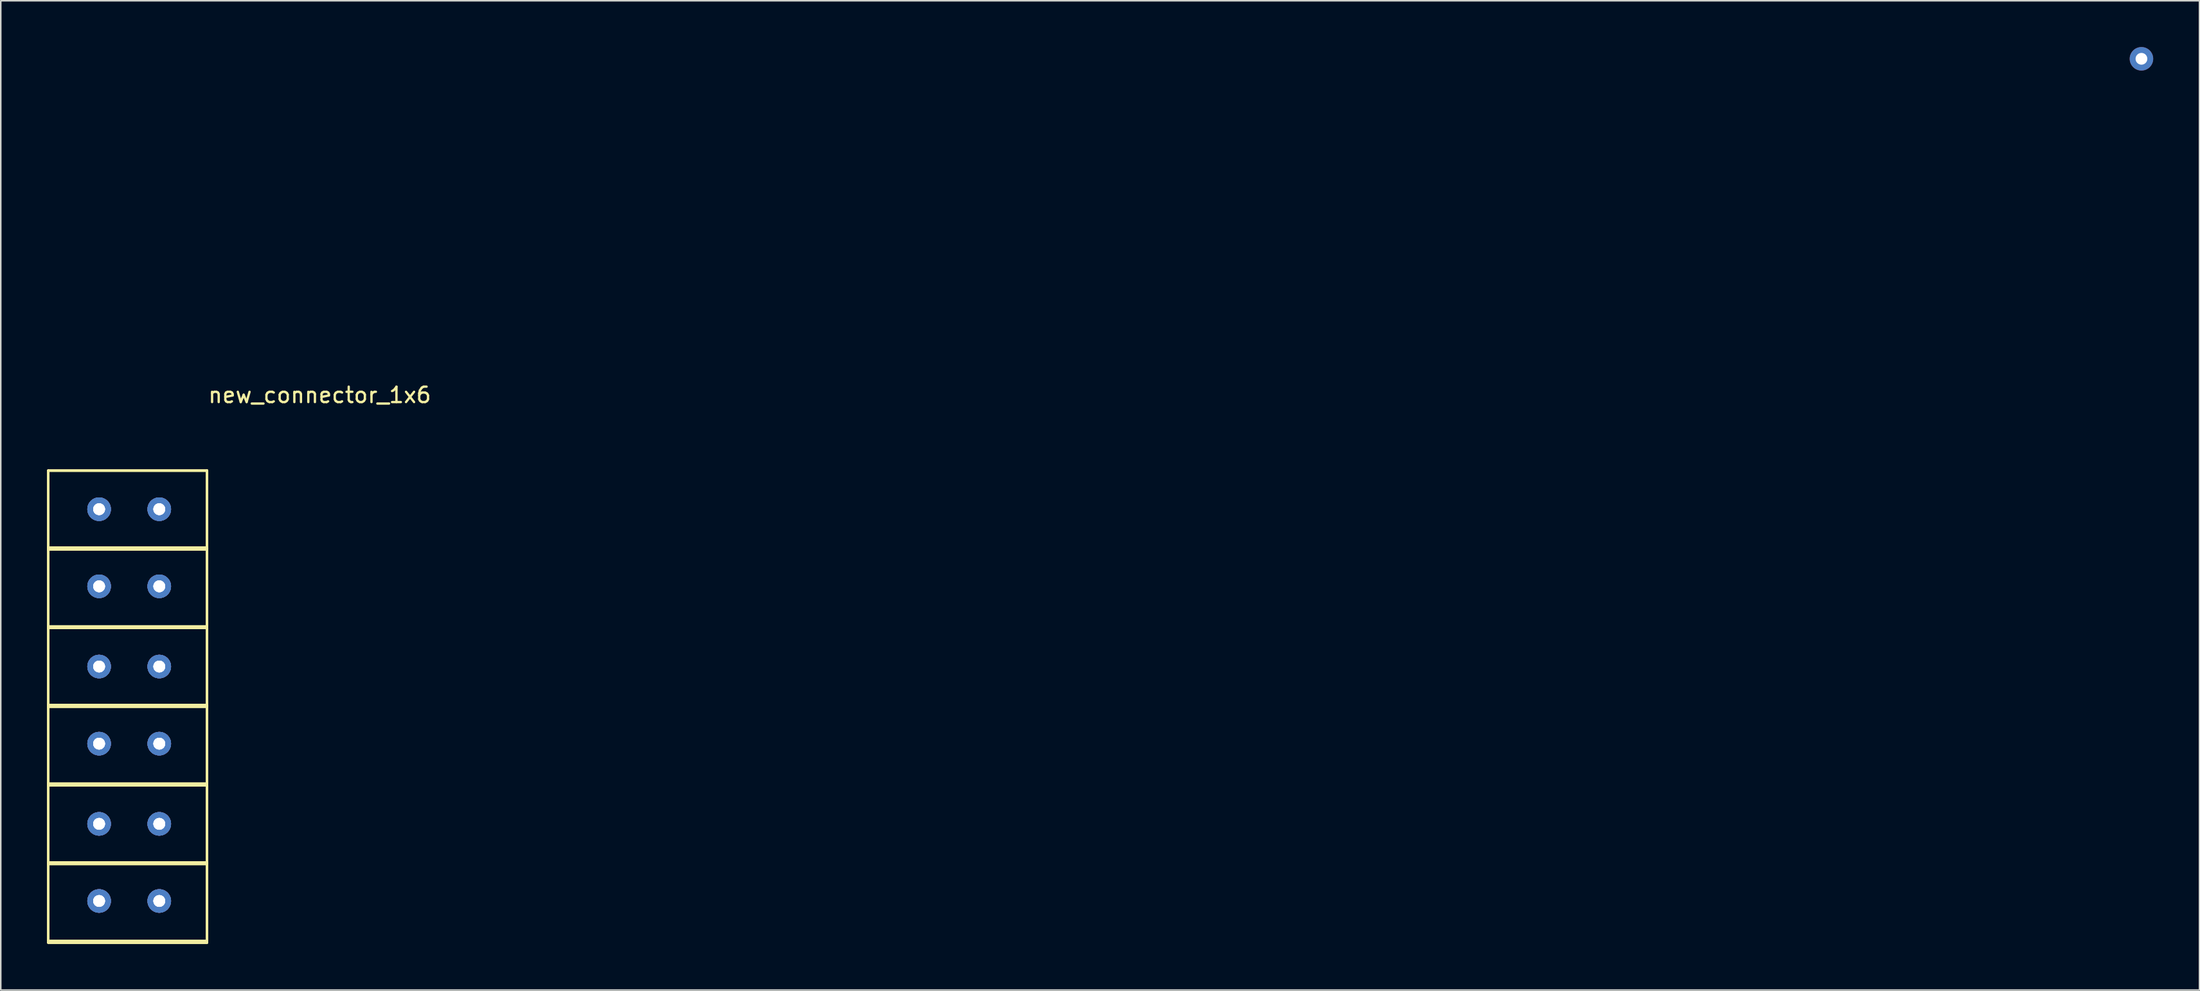
<source format=kicad_pcb>
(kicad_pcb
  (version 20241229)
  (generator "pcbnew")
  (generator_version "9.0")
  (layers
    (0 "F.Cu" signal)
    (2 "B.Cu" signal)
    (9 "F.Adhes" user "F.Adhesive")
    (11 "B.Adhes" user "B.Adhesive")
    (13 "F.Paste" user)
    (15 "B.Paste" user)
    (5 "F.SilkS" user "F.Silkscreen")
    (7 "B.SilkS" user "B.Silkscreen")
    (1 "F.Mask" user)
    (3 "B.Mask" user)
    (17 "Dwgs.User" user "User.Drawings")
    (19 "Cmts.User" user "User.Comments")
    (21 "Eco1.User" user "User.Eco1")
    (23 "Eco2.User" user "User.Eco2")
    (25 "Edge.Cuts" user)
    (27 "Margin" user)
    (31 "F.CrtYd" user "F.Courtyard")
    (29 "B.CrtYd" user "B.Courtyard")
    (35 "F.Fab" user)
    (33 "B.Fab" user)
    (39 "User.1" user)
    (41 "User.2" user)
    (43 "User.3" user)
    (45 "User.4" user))
  (footprint "new_connector_1x6"
    (layer "F.Cu")
    (at 17.675 22.062)
    (property "Reference" "new_connector_1x6" (at 0 0.5 0) (layer "F.SilkS") (effects (font (size 1 1) (thickness 0.15))))
    (attr through_hole)
    (fp_line (start -17.6 5.4) (end -17.6 10.5) (stroke (width 0.15) (type solid)) (layer "F.SilkS"))
    (fp_line (start -17.6 5.4) (end -17.6 10.5) (stroke (width 0.15) (type solid)) (layer "F.SilkS"))
    (fp_line (start -17.6 5.4) (end -17.6 10.5) (stroke (width 0.15) (type solid)) (layer "F.SilkS"))
    (fp_line (start -17.6 5.4) (end -17.6 10.5) (stroke (width 0.15) (type solid)) (layer "F.SilkS"))
    (fp_line (start -17.6 5.4) (end -7.3 5.4) (stroke (width 0.15) (type solid)) (layer "F.SilkS"))
    (fp_line (start -17.6 5.4) (end -7.3 5.4) (stroke (width 0.15) (type solid)) (layer "F.SilkS"))
    (fp_line (start -17.6 5.4) (end -7.3 5.4) (stroke (width 0.15) (type solid)) (layer "F.SilkS"))
    (fp_line (start -17.6 5.4) (end -7.3 5.4) (stroke (width 0.15) (type solid)) (layer "F.SilkS"))
    (fp_line (start -17.6 10.4) (end -17.6 15.5) (stroke (width 0.15) (type solid)) (layer "F.SilkS"))
    (fp_line (start -17.6 10.4) (end -17.6 15.5) (stroke (width 0.15) (type solid)) (layer "F.SilkS"))
    (fp_line (start -17.6 10.4) (end -17.6 15.5) (stroke (width 0.15) (type solid)) (layer "F.SilkS"))
    (fp_line (start -17.6 10.4) (end -17.6 15.5) (stroke (width 0.15) (type solid)) (layer "F.SilkS"))
    (fp_line (start -17.6 10.4) (end -7.3 10.4) (stroke (width 0.15) (type solid)) (layer "F.SilkS"))
    (fp_line (start -17.6 10.4) (end -7.3 10.4) (stroke (width 0.15) (type solid)) (layer "F.SilkS"))
    (fp_line (start -17.6 10.4) (end -7.3 10.4) (stroke (width 0.15) (type solid)) (layer "F.SilkS"))
    (fp_line (start -17.6 10.4) (end -7.3 10.4) (stroke (width 0.15) (type solid)) (layer "F.SilkS"))
    (fp_line (start -17.6 10.5) (end -7.3 10.5) (stroke (width 0.15) (type solid)) (layer "F.SilkS"))
    (fp_line (start -17.6 10.5) (end -7.3 10.5) (stroke (width 0.15) (type solid)) (layer "F.SilkS"))
    (fp_line (start -17.6 10.5) (end -7.3 10.5) (stroke (width 0.15) (type solid)) (layer "F.SilkS"))
    (fp_line (start -17.6 10.5) (end -7.3 10.5) (stroke (width 0.15) (type solid)) (layer "F.SilkS"))
    (fp_line (start -17.6 15.5) (end -7.3 15.5) (stroke (width 0.15) (type solid)) (layer "F.SilkS"))
    (fp_line (start -17.6 15.5) (end -7.3 15.5) (stroke (width 0.15) (type solid)) (layer "F.SilkS"))
    (fp_line (start -17.6 15.5) (end -7.3 15.5) (stroke (width 0.15) (type solid)) (layer "F.SilkS"))
    (fp_line (start -17.6 15.5) (end -7.3 15.5) (stroke (width 0.15) (type solid)) (layer "F.SilkS"))
    (fp_line (start -17.6 15.6) (end -17.6 20.7) (stroke (width 0.15) (type solid)) (layer "F.SilkS"))
    (fp_line (start -17.6 15.6) (end -17.6 20.7) (stroke (width 0.15) (type solid)) (layer "F.SilkS"))
    (fp_line (start -17.6 15.6) (end -17.6 20.7) (stroke (width 0.15) (type solid)) (layer "F.SilkS"))
    (fp_line (start -17.6 15.6) (end -17.6 20.7) (stroke (width 0.15) (type solid)) (layer "F.SilkS"))
    (fp_line (start -17.6 15.6) (end -7.3 15.6) (stroke (width 0.15) (type solid)) (layer "F.SilkS"))
    (fp_line (start -17.6 15.6) (end -7.3 15.6) (stroke (width 0.15) (type solid)) (layer "F.SilkS"))
    (fp_line (start -17.6 15.6) (end -7.3 15.6) (stroke (width 0.15) (type solid)) (layer "F.SilkS"))
    (fp_line (start -17.6 15.6) (end -7.3 15.6) (stroke (width 0.15) (type solid)) (layer "F.SilkS"))
    (fp_line (start -17.6 20.6) (end -17.6 25.7) (stroke (width 0.15) (type solid)) (layer "F.SilkS"))
    (fp_line (start -17.6 20.6) (end -17.6 25.7) (stroke (width 0.15) (type solid)) (layer "F.SilkS"))
    (fp_line (start -17.6 20.6) (end -17.6 25.7) (stroke (width 0.15) (type solid)) (layer "F.SilkS"))
    (fp_line (start -17.6 20.6) (end -17.6 25.7) (stroke (width 0.15) (type solid)) (layer "F.SilkS"))
    (fp_line (start -17.6 20.6) (end -7.3 20.6) (stroke (width 0.15) (type solid)) (layer "F.SilkS"))
    (fp_line (start -17.6 20.6) (end -7.3 20.6) (stroke (width 0.15) (type solid)) (layer "F.SilkS"))
    (fp_line (start -17.6 20.6) (end -7.3 20.6) (stroke (width 0.15) (type solid)) (layer "F.SilkS"))
    (fp_line (start -17.6 20.6) (end -7.3 20.6) (stroke (width 0.15) (type solid)) (layer "F.SilkS"))
    (fp_line (start -17.6 20.7) (end -7.3 20.7) (stroke (width 0.15) (type solid)) (layer "F.SilkS"))
    (fp_line (start -17.6 20.7) (end -7.3 20.7) (stroke (width 0.15) (type solid)) (layer "F.SilkS"))
    (fp_line (start -17.6 20.7) (end -7.3 20.7) (stroke (width 0.15) (type solid)) (layer "F.SilkS"))
    (fp_line (start -17.6 20.7) (end -7.3 20.7) (stroke (width 0.15) (type solid)) (layer "F.SilkS"))
    (fp_line (start -17.6 25.7) (end -7.3 25.7) (stroke (width 0.15) (type solid)) (layer "F.SilkS"))
    (fp_line (start -17.6 25.7) (end -7.3 25.7) (stroke (width 0.15) (type solid)) (layer "F.SilkS"))
    (fp_line (start -17.6 25.7) (end -7.3 25.7) (stroke (width 0.15) (type solid)) (layer "F.SilkS"))
    (fp_line (start -17.6 25.7) (end -7.3 25.7) (stroke (width 0.15) (type solid)) (layer "F.SilkS"))
    (fp_line (start -17.6 25.8) (end -17.6 30.9) (stroke (width 0.15) (type solid)) (layer "F.SilkS"))
    (fp_line (start -17.6 25.8) (end -17.6 30.9) (stroke (width 0.15) (type solid)) (layer "F.SilkS"))
    (fp_line (start -17.6 25.8) (end -17.6 30.9) (stroke (width 0.15) (type solid)) (layer "F.SilkS"))
    (fp_line (start -17.6 25.8) (end -17.6 30.9) (stroke (width 0.15) (type solid)) (layer "F.SilkS"))
    (fp_line (start -17.6 25.8) (end -7.3 25.8) (stroke (width 0.15) (type solid)) (layer "F.SilkS"))
    (fp_line (start -17.6 25.8) (end -7.3 25.8) (stroke (width 0.15) (type solid)) (layer "F.SilkS"))
    (fp_line (start -17.6 25.8) (end -7.3 25.8) (stroke (width 0.15) (type solid)) (layer "F.SilkS"))
    (fp_line (start -17.6 25.8) (end -7.3 25.8) (stroke (width 0.15) (type solid)) (layer "F.SilkS"))
    (fp_line (start -17.6 30.8) (end -17.6 35.9) (stroke (width 0.15) (type solid)) (layer "F.SilkS"))
    (fp_line (start -17.6 30.8) (end -17.6 35.9) (stroke (width 0.15) (type solid)) (layer "F.SilkS"))
    (fp_line (start -17.6 30.8) (end -17.6 35.9) (stroke (width 0.15) (type solid)) (layer "F.SilkS"))
    (fp_line (start -17.6 30.8) (end -17.6 35.9) (stroke (width 0.15) (type solid)) (layer "F.SilkS"))
    (fp_line (start -17.6 30.8) (end -7.3 30.8) (stroke (width 0.15) (type solid)) (layer "F.SilkS"))
    (fp_line (start -17.6 30.8) (end -7.3 30.8) (stroke (width 0.15) (type solid)) (layer "F.SilkS"))
    (fp_line (start -17.6 30.8) (end -7.3 30.8) (stroke (width 0.15) (type solid)) (layer "F.SilkS"))
    (fp_line (start -17.6 30.8) (end -7.3 30.8) (stroke (width 0.15) (type solid)) (layer "F.SilkS"))
    (fp_line (start -17.6 30.9) (end -7.3 30.9) (stroke (width 0.15) (type solid)) (layer "F.SilkS"))
    (fp_line (start -17.6 30.9) (end -7.3 30.9) (stroke (width 0.15) (type solid)) (layer "F.SilkS"))
    (fp_line (start -17.6 30.9) (end -7.3 30.9) (stroke (width 0.15) (type solid)) (layer "F.SilkS"))
    (fp_line (start -17.6 30.9) (end -7.3 30.9) (stroke (width 0.15) (type solid)) (layer "F.SilkS"))
    (fp_line (start -17.6 35.9) (end -7.3 35.9) (stroke (width 0.15) (type solid)) (layer "F.SilkS"))
    (fp_line (start -17.6 35.9) (end -7.3 35.9) (stroke (width 0.15) (type solid)) (layer "F.SilkS"))
    (fp_line (start -17.6 35.9) (end -7.3 35.9) (stroke (width 0.15) (type solid)) (layer "F.SilkS"))
    (fp_line (start -17.6 35.9) (end -7.3 35.9) (stroke (width 0.15) (type solid)) (layer "F.SilkS"))
    (fp_line (start -17.6 36) (end -7.3 36) (stroke (width 0.15) (type solid)) (layer "F.SilkS"))
    (fp_line (start -17.6 36) (end -7.3 36) (stroke (width 0.15) (type solid)) (layer "F.SilkS"))
    (fp_line (start -17.6 36) (end -7.3 36) (stroke (width 0.15) (type solid)) (layer "F.SilkS"))
    (fp_line (start -17.6 36) (end -7.3 36) (stroke (width 0.15) (type solid)) (layer "F.SilkS"))
    (fp_line (start -7.3 10.5) (end -7.3 5.4) (stroke (width 0.15) (type solid)) (layer "F.SilkS"))
    (fp_line (start -7.3 10.5) (end -7.3 5.4) (stroke (width 0.15) (type solid)) (layer "F.SilkS"))
    (fp_line (start -7.3 10.5) (end -7.3 5.4) (stroke (width 0.15) (type solid)) (layer "F.SilkS"))
    (fp_line (start -7.3 10.5) (end -7.3 5.4) (stroke (width 0.15) (type solid)) (layer "F.SilkS"))
    (fp_line (start -7.3 15.5) (end -7.3 10.4) (stroke (width 0.15) (type solid)) (layer "F.SilkS"))
    (fp_line (start -7.3 15.5) (end -7.3 10.4) (stroke (width 0.15) (type solid)) (layer "F.SilkS"))
    (fp_line (start -7.3 15.5) (end -7.3 10.4) (stroke (width 0.15) (type solid)) (layer "F.SilkS"))
    (fp_line (start -7.3 15.5) (end -7.3 10.4) (stroke (width 0.15) (type solid)) (layer "F.SilkS"))
    (fp_line (start -7.3 20.7) (end -7.3 15.6) (stroke (width 0.15) (type solid)) (layer "F.SilkS"))
    (fp_line (start -7.3 20.7) (end -7.3 15.6) (stroke (width 0.15) (type solid)) (layer "F.SilkS"))
    (fp_line (start -7.3 20.7) (end -7.3 15.6) (stroke (width 0.15) (type solid)) (layer "F.SilkS"))
    (fp_line (start -7.3 20.7) (end -7.3 15.6) (stroke (width 0.15) (type solid)) (layer "F.SilkS"))
    (fp_line (start -7.3 25.7) (end -7.3 20.6) (stroke (width 0.15) (type solid)) (layer "F.SilkS"))
    (fp_line (start -7.3 25.7) (end -7.3 20.6) (stroke (width 0.15) (type solid)) (layer "F.SilkS"))
    (fp_line (start -7.3 25.7) (end -7.3 20.6) (stroke (width 0.15) (type solid)) (layer "F.SilkS"))
    (fp_line (start -7.3 25.7) (end -7.3 20.6) (stroke (width 0.15) (type solid)) (layer "F.SilkS"))
    (fp_line (start -7.3 30.9) (end -7.3 25.8) (stroke (width 0.15) (type solid)) (layer "F.SilkS"))
    (fp_line (start -7.3 30.9) (end -7.3 25.8) (stroke (width 0.15) (type solid)) (layer "F.SilkS"))
    (fp_line (start -7.3 30.9) (end -7.3 25.8) (stroke (width 0.15) (type solid)) (layer "F.SilkS"))
    (fp_line (start -7.3 30.9) (end -7.3 25.8) (stroke (width 0.15) (type solid)) (layer "F.SilkS"))
    (fp_line (start -7.3 35.9) (end -7.3 30.8) (stroke (width 0.15) (type solid)) (layer "F.SilkS"))
    (fp_line (start -7.3 35.9) (end -7.3 30.8) (stroke (width 0.15) (type solid)) (layer "F.SilkS"))
    (fp_line (start -7.3 35.9) (end -7.3 30.8) (stroke (width 0.15) (type solid)) (layer "F.SilkS"))
    (fp_line (start -7.3 35.9) (end -7.3 30.8) (stroke (width 0.15) (type solid)) (layer "F.SilkS"))
    (fp_line (start -16.9 5.4) (end -16.9 10.5) (stroke (width 0.15) (type solid)) (layer "B.Paste"))
    (fp_line (start -16.9 5.4) (end -16.9 10.5) (stroke (width 0.15) (type solid)) (layer "B.Paste"))
    (fp_line (start -16.9 5.4) (end -16.9 10.5) (stroke (width 0.15) (type solid)) (layer "B.Paste"))
    (fp_line (start -16.9 5.4) (end -16.9 10.5) (stroke (width 0.15) (type solid)) (layer "B.Paste"))
    (fp_line (start -16.9 5.4) (end -7.9 5.4) (stroke (width 0.15) (type solid)) (layer "B.Paste"))
    (fp_line (start -16.9 5.4) (end -7.9 5.4) (stroke (width 0.15) (type solid)) (layer "B.Paste"))
    (fp_line (start -16.9 5.4) (end -7.9 5.4) (stroke (width 0.15) (type solid)) (layer "B.Paste"))
    (fp_line (start -16.9 5.4) (end -7.9 5.4) (stroke (width 0.15) (type solid)) (layer "B.Paste"))
    (fp_line (start -16.9 10.4) (end -16.9 15.5) (stroke (width 0.15) (type solid)) (layer "B.Paste"))
    (fp_line (start -16.9 10.4) (end -16.9 15.5) (stroke (width 0.15) (type solid)) (layer "B.Paste"))
    (fp_line (start -16.9 10.4) (end -16.9 15.5) (stroke (width 0.15) (type solid)) (layer "B.Paste"))
    (fp_line (start -16.9 10.4) (end -16.9 15.5) (stroke (width 0.15) (type solid)) (layer "B.Paste"))
    (fp_line (start -16.9 10.4) (end -7.9 10.4) (stroke (width 0.15) (type solid)) (layer "B.Paste"))
    (fp_line (start -16.9 10.4) (end -7.9 10.4) (stroke (width 0.15) (type solid)) (layer "B.Paste"))
    (fp_line (start -16.9 10.4) (end -7.9 10.4) (stroke (width 0.15) (type solid)) (layer "B.Paste"))
    (fp_line (start -16.9 10.4) (end -7.9 10.4) (stroke (width 0.15) (type solid)) (layer "B.Paste"))
    (fp_line (start -16.9 10.5) (end -7.8 10.5) (stroke (width 0.15) (type solid)) (layer "B.Paste"))
    (fp_line (start -16.9 10.5) (end -7.8 10.5) (stroke (width 0.15) (type solid)) (layer "B.Paste"))
    (fp_line (start -16.9 10.5) (end -7.8 10.5) (stroke (width 0.15) (type solid)) (layer "B.Paste"))
    (fp_line (start -16.9 10.5) (end -7.8 10.5) (stroke (width 0.15) (type solid)) (layer "B.Paste"))
    (fp_line (start -16.9 15.5) (end -7.8 15.5) (stroke (width 0.15) (type solid)) (layer "B.Paste"))
    (fp_line (start -16.9 15.5) (end -7.8 15.5) (stroke (width 0.15) (type solid)) (layer "B.Paste"))
    (fp_line (start -16.9 15.5) (end -7.8 15.5) (stroke (width 0.15) (type solid)) (layer "B.Paste"))
    (fp_line (start -16.9 15.5) (end -7.8 15.5) (stroke (width 0.15) (type solid)) (layer "B.Paste"))
    (fp_line (start -16.9 15.6) (end -16.9 20.7) (stroke (width 0.15) (type solid)) (layer "B.Paste"))
    (fp_line (start -16.9 15.6) (end -16.9 20.7) (stroke (width 0.15) (type solid)) (layer "B.Paste"))
    (fp_line (start -16.9 15.6) (end -16.9 20.7) (stroke (width 0.15) (type solid)) (layer "B.Paste"))
    (fp_line (start -16.9 15.6) (end -16.9 20.7) (stroke (width 0.15) (type solid)) (layer "B.Paste"))
    (fp_line (start -16.9 15.6) (end -7.9 15.6) (stroke (width 0.15) (type solid)) (layer "B.Paste"))
    (fp_line (start -16.9 15.6) (end -7.9 15.6) (stroke (width 0.15) (type solid)) (layer "B.Paste"))
    (fp_line (start -16.9 15.6) (end -7.9 15.6) (stroke (width 0.15) (type solid)) (layer "B.Paste"))
    (fp_line (start -16.9 15.6) (end -7.9 15.6) (stroke (width 0.15) (type solid)) (layer "B.Paste"))
    (fp_line (start -16.9 20.6) (end -16.9 25.7) (stroke (width 0.15) (type solid)) (layer "B.Paste"))
    (fp_line (start -16.9 20.6) (end -16.9 25.7) (stroke (width 0.15) (type solid)) (layer "B.Paste"))
    (fp_line (start -16.9 20.6) (end -16.9 25.7) (stroke (width 0.15) (type solid)) (layer "B.Paste"))
    (fp_line (start -16.9 20.6) (end -16.9 25.7) (stroke (width 0.15) (type solid)) (layer "B.Paste"))
    (fp_line (start -16.9 20.6) (end -7.9 20.6) (stroke (width 0.15) (type solid)) (layer "B.Paste"))
    (fp_line (start -16.9 20.6) (end -7.9 20.6) (stroke (width 0.15) (type solid)) (layer "B.Paste"))
    (fp_line (start -16.9 20.6) (end -7.9 20.6) (stroke (width 0.15) (type solid)) (layer "B.Paste"))
    (fp_line (start -16.9 20.6) (end -7.9 20.6) (stroke (width 0.15) (type solid)) (layer "B.Paste"))
    (fp_line (start -16.9 20.7) (end -7.8 20.7) (stroke (width 0.15) (type solid)) (layer "B.Paste"))
    (fp_line (start -16.9 20.7) (end -7.8 20.7) (stroke (width 0.15) (type solid)) (layer "B.Paste"))
    (fp_line (start -16.9 20.7) (end -7.8 20.7) (stroke (width 0.15) (type solid)) (layer "B.Paste"))
    (fp_line (start -16.9 20.7) (end -7.8 20.7) (stroke (width 0.15) (type solid)) (layer "B.Paste"))
    (fp_line (start -16.9 25.7) (end -7.8 25.7) (stroke (width 0.15) (type solid)) (layer "B.Paste"))
    (fp_line (start -16.9 25.7) (end -7.8 25.7) (stroke (width 0.15) (type solid)) (layer "B.Paste"))
    (fp_line (start -16.9 25.7) (end -7.8 25.7) (stroke (width 0.15) (type solid)) (layer "B.Paste"))
    (fp_line (start -16.9 25.7) (end -7.8 25.7) (stroke (width 0.15) (type solid)) (layer "B.Paste"))
    (fp_line (start -16.9 25.8) (end -16.9 30.9) (stroke (width 0.15) (type solid)) (layer "B.Paste"))
    (fp_line (start -16.9 25.8) (end -16.9 30.9) (stroke (width 0.15) (type solid)) (layer "B.Paste"))
    (fp_line (start -16.9 25.8) (end -16.9 30.9) (stroke (width 0.15) (type solid)) (layer "B.Paste"))
    (fp_line (start -16.9 25.8) (end -16.9 30.9) (stroke (width 0.15) (type solid)) (layer "B.Paste"))
    (fp_line (start -16.9 25.8) (end -7.9 25.8) (stroke (width 0.15) (type solid)) (layer "B.Paste"))
    (fp_line (start -16.9 25.8) (end -7.9 25.8) (stroke (width 0.15) (type solid)) (layer "B.Paste"))
    (fp_line (start -16.9 25.8) (end -7.9 25.8) (stroke (width 0.15) (type solid)) (layer "B.Paste"))
    (fp_line (start -16.9 25.8) (end -7.9 25.8) (stroke (width 0.15) (type solid)) (layer "B.Paste"))
    (fp_line (start -16.9 30.8) (end -16.9 35.9) (stroke (width 0.15) (type solid)) (layer "B.Paste"))
    (fp_line (start -16.9 30.8) (end -16.9 35.9) (stroke (width 0.15) (type solid)) (layer "B.Paste"))
    (fp_line (start -16.9 30.8) (end -16.9 35.9) (stroke (width 0.15) (type solid)) (layer "B.Paste"))
    (fp_line (start -16.9 30.8) (end -16.9 35.9) (stroke (width 0.15) (type solid)) (layer "B.Paste"))
    (fp_line (start -16.9 30.8) (end -7.9 30.8) (stroke (width 0.15) (type solid)) (layer "B.Paste"))
    (fp_line (start -16.9 30.8) (end -7.9 30.8) (stroke (width 0.15) (type solid)) (layer "B.Paste"))
    (fp_line (start -16.9 30.8) (end -7.9 30.8) (stroke (width 0.15) (type solid)) (layer "B.Paste"))
    (fp_line (start -16.9 30.8) (end -7.9 30.8) (stroke (width 0.15) (type solid)) (layer "B.Paste"))
    (fp_line (start -16.9 30.9) (end -7.8 30.9) (stroke (width 0.15) (type solid)) (layer "B.Paste"))
    (fp_line (start -16.9 30.9) (end -7.8 30.9) (stroke (width 0.15) (type solid)) (layer "B.Paste"))
    (fp_line (start -16.9 30.9) (end -7.8 30.9) (stroke (width 0.15) (type solid)) (layer "B.Paste"))
    (fp_line (start -16.9 30.9) (end -7.8 30.9) (stroke (width 0.15) (type solid)) (layer "B.Paste"))
    (fp_line (start -16.9 35.9) (end -7.8 35.9) (stroke (width 0.15) (type solid)) (layer "B.Paste"))
    (fp_line (start -16.9 35.9) (end -7.8 35.9) (stroke (width 0.15) (type solid)) (layer "B.Paste"))
    (fp_line (start -16.9 35.9) (end -7.8 35.9) (stroke (width 0.15) (type solid)) (layer "B.Paste"))
    (fp_line (start -16.9 35.9) (end -7.8 35.9) (stroke (width 0.15) (type solid)) (layer "B.Paste"))
    (fp_line (start -16.9 36) (end -7.9 36) (stroke (width 0.15) (type solid)) (layer "B.Paste"))
    (fp_line (start -16.9 36) (end -7.9 36) (stroke (width 0.15) (type solid)) (layer "B.Paste"))
    (fp_line (start -16.9 36) (end -7.9 36) (stroke (width 0.15) (type solid)) (layer "B.Paste"))
    (fp_line (start -16.9 36) (end -7.9 36) (stroke (width 0.15) (type solid)) (layer "B.Paste"))
    (fp_line (start -7.9 5.4) (end -8 5.4) (stroke (width 0.15) (type solid)) (layer "B.Paste"))
    (fp_line (start -7.9 5.4) (end -8 5.4) (stroke (width 0.15) (type solid)) (layer "B.Paste"))
    (fp_line (start -7.9 5.4) (end -8 5.4) (stroke (width 0.15) (type solid)) (layer "B.Paste"))
    (fp_line (start -7.9 5.4) (end -8 5.4) (stroke (width 0.15) (type solid)) (layer "B.Paste"))
    (fp_line (start -7.9 10.4) (end -8 10.4) (stroke (width 0.15) (type solid)) (layer "B.Paste"))
    (fp_line (start -7.9 10.4) (end -8 10.4) (stroke (width 0.15) (type solid)) (layer "B.Paste"))
    (fp_line (start -7.9 10.4) (end -8 10.4) (stroke (width 0.15) (type solid)) (layer "B.Paste"))
    (fp_line (start -7.9 10.4) (end -8 10.4) (stroke (width 0.15) (type solid)) (layer "B.Paste"))
    (fp_line (start -7.9 15.6) (end -8 15.6) (stroke (width 0.15) (type solid)) (layer "B.Paste"))
    (fp_line (start -7.9 15.6) (end -8 15.6) (stroke (width 0.15) (type solid)) (layer "B.Paste"))
    (fp_line (start -7.9 15.6) (end -8 15.6) (stroke (width 0.15) (type solid)) (layer "B.Paste"))
    (fp_line (start -7.9 15.6) (end -8 15.6) (stroke (width 0.15) (type solid)) (layer "B.Paste"))
    (fp_line (start -7.9 20.6) (end -8 20.6) (stroke (width 0.15) (type solid)) (layer "B.Paste"))
    (fp_line (start -7.9 20.6) (end -8 20.6) (stroke (width 0.15) (type solid)) (layer "B.Paste"))
    (fp_line (start -7.9 20.6) (end -8 20.6) (stroke (width 0.15) (type solid)) (layer "B.Paste"))
    (fp_line (start -7.9 20.6) (end -8 20.6) (stroke (width 0.15) (type solid)) (layer "B.Paste"))
    (fp_line (start -7.9 25.8) (end -8 25.8) (stroke (width 0.15) (type solid)) (layer "B.Paste"))
    (fp_line (start -7.9 25.8) (end -8 25.8) (stroke (width 0.15) (type solid)) (layer "B.Paste"))
    (fp_line (start -7.9 25.8) (end -8 25.8) (stroke (width 0.15) (type solid)) (layer "B.Paste"))
    (fp_line (start -7.9 25.8) (end -8 25.8) (stroke (width 0.15) (type solid)) (layer "B.Paste"))
    (fp_line (start -7.9 30.8) (end -8 30.8) (stroke (width 0.15) (type solid)) (layer "B.Paste"))
    (fp_line (start -7.9 30.8) (end -8 30.8) (stroke (width 0.15) (type solid)) (layer "B.Paste"))
    (fp_line (start -7.9 30.8) (end -8 30.8) (stroke (width 0.15) (type solid)) (layer "B.Paste"))
    (fp_line (start -7.9 30.8) (end -8 30.8) (stroke (width 0.15) (type solid)) (layer "B.Paste"))
    (fp_line (start -7.9 36) (end -8 36) (stroke (width 0.15) (type solid)) (layer "B.Paste"))
    (fp_line (start -7.9 36) (end -8 36) (stroke (width 0.15) (type solid)) (layer "B.Paste"))
    (fp_line (start -7.9 36) (end -8 36) (stroke (width 0.15) (type solid)) (layer "B.Paste"))
    (fp_line (start -7.9 36) (end -8 36) (stroke (width 0.15) (type solid)) (layer "B.Paste"))
    (fp_line (start -7.8 10.5) (end -7.8 5.4) (stroke (width 0.15) (type solid)) (layer "B.Paste"))
    (fp_line (start -7.8 10.5) (end -7.8 5.4) (stroke (width 0.15) (type solid)) (layer "B.Paste"))
    (fp_line (start -7.8 10.5) (end -7.8 5.4) (stroke (width 0.15) (type solid)) (layer "B.Paste"))
    (fp_line (start -7.8 10.5) (end -7.8 5.4) (stroke (width 0.15) (type solid)) (layer "B.Paste"))
    (fp_line (start -7.8 15.5) (end -7.8 10.4) (stroke (width 0.15) (type solid)) (layer "B.Paste"))
    (fp_line (start -7.8 15.5) (end -7.8 10.4) (stroke (width 0.15) (type solid)) (layer "B.Paste"))
    (fp_line (start -7.8 15.5) (end -7.8 10.4) (stroke (width 0.15) (type solid)) (layer "B.Paste"))
    (fp_line (start -7.8 15.5) (end -7.8 10.4) (stroke (width 0.15) (type solid)) (layer "B.Paste"))
    (fp_line (start -7.8 20.7) (end -7.8 15.6) (stroke (width 0.15) (type solid)) (layer "B.Paste"))
    (fp_line (start -7.8 20.7) (end -7.8 15.6) (stroke (width 0.15) (type solid)) (layer "B.Paste"))
    (fp_line (start -7.8 20.7) (end -7.8 15.6) (stroke (width 0.15) (type solid)) (layer "B.Paste"))
    (fp_line (start -7.8 20.7) (end -7.8 15.6) (stroke (width 0.15) (type solid)) (layer "B.Paste"))
    (fp_line (start -7.8 25.7) (end -7.8 20.6) (stroke (width 0.15) (type solid)) (layer "B.Paste"))
    (fp_line (start -7.8 25.7) (end -7.8 20.6) (stroke (width 0.15) (type solid)) (layer "B.Paste"))
    (fp_line (start -7.8 25.7) (end -7.8 20.6) (stroke (width 0.15) (type solid)) (layer "B.Paste"))
    (fp_line (start -7.8 25.7) (end -7.8 20.6) (stroke (width 0.15) (type solid)) (layer "B.Paste"))
    (fp_line (start -7.8 30.9) (end -7.8 25.8) (stroke (width 0.15) (type solid)) (layer "B.Paste"))
    (fp_line (start -7.8 30.9) (end -7.8 25.8) (stroke (width 0.15) (type solid)) (layer "B.Paste"))
    (fp_line (start -7.8 30.9) (end -7.8 25.8) (stroke (width 0.15) (type solid)) (layer "B.Paste"))
    (fp_line (start -7.8 30.9) (end -7.8 25.8) (stroke (width 0.15) (type solid)) (layer "B.Paste"))
    (fp_line (start -7.8 35.9) (end -7.8 30.8) (stroke (width 0.15) (type solid)) (layer "B.Paste"))
    (fp_line (start -7.8 35.9) (end -7.8 30.8) (stroke (width 0.15) (type solid)) (layer "B.Paste"))
    (fp_line (start -7.8 35.9) (end -7.8 30.8) (stroke (width 0.15) (type solid)) (layer "B.Paste"))
    (fp_line (start -7.8 35.9) (end -7.8 30.8) (stroke (width 0.15) (type solid)) (layer "B.Paste"))
    (pad "3" thru_hole circle (at 118.1 -21.3) (size 1.524 1.524) (drill 0.762) (layers "*.Cu" "*.Mask"))
    (pad "4" thru_hole circle (at -14.3 7.9) (size 1.524 1.524) (drill 0.762) (layers "*.Cu" "*.Mask"))
    (pad "4" thru_hole circle (at -14.3 7.9) (size 1.524 1.524) (drill 0.762) (layers "*.Cu" "*.Mask"))
    (pad "4" thru_hole circle (at -14.3 7.9) (size 1.524 1.524) (drill 0.762) (layers "*.Cu" "*.Mask"))
    (pad "4" thru_hole circle (at -14.3 7.9) (size 1.524 1.524) (drill 0.762) (layers "*.Cu" "*.Mask"))
    (pad "4" thru_hole circle (at -14.3 12.9) (size 1.524 1.524) (drill 0.762) (layers "*.Cu" "*.Mask"))
    (pad "4" thru_hole circle (at -14.3 12.9) (size 1.524 1.524) (drill 0.762) (layers "*.Cu" "*.Mask"))
    (pad "4" thru_hole circle (at -14.3 12.9) (size 1.524 1.524) (drill 0.762) (layers "*.Cu" "*.Mask"))
    (pad "4" thru_hole circle (at -14.3 12.9) (size 1.524 1.524) (drill 0.762) (layers "*.Cu" "*.Mask"))
    (pad "4" thru_hole circle (at -14.3 18.1) (size 1.524 1.524) (drill 0.762) (layers "*.Cu" "*.Mask"))
    (pad "4" thru_hole circle (at -14.3 18.1) (size 1.524 1.524) (drill 0.762) (layers "*.Cu" "*.Mask"))
    (pad "4" thru_hole circle (at -14.3 18.1) (size 1.524 1.524) (drill 0.762) (layers "*.Cu" "*.Mask"))
    (pad "4" thru_hole circle (at -14.3 18.1) (size 1.524 1.524) (drill 0.762) (layers "*.Cu" "*.Mask"))
    (pad "4" thru_hole circle (at -14.3 23.1) (size 1.524 1.524) (drill 0.762) (layers "*.Cu" "*.Mask"))
    (pad "4" thru_hole circle (at -14.3 23.1) (size 1.524 1.524) (drill 0.762) (layers "*.Cu" "*.Mask"))
    (pad "4" thru_hole circle (at -14.3 23.1) (size 1.524 1.524) (drill 0.762) (layers "*.Cu" "*.Mask"))
    (pad "4" thru_hole circle (at -14.3 23.1) (size 1.524 1.524) (drill 0.762) (layers "*.Cu" "*.Mask"))
    (pad "4" thru_hole circle (at -14.3 28.3) (size 1.524 1.524) (drill 0.762) (layers "*.Cu" "*.Mask"))
    (pad "4" thru_hole circle (at -14.3 28.3) (size 1.524 1.524) (drill 0.762) (layers "*.Cu" "*.Mask"))
    (pad "4" thru_hole circle (at -14.3 28.3) (size 1.524 1.524) (drill 0.762) (layers "*.Cu" "*.Mask"))
    (pad "4" thru_hole circle (at -14.3 28.3) (size 1.524 1.524) (drill 0.762) (layers "*.Cu" "*.Mask"))
    (pad "4" thru_hole circle (at -14.3 33.3) (size 1.524 1.524) (drill 0.762) (layers "*.Cu" "*.Mask"))
    (pad "4" thru_hole circle (at -14.3 33.3) (size 1.524 1.524) (drill 0.762) (layers "*.Cu" "*.Mask"))
    (pad "4" thru_hole circle (at -14.3 33.3) (size 1.524 1.524) (drill 0.762) (layers "*.Cu" "*.Mask"))
    (pad "4" thru_hole circle (at -14.3 33.3) (size 1.524 1.524) (drill 0.762) (layers "*.Cu" "*.Mask"))
    (pad "6" thru_hole circle (at -10.4 7.9) (size 1.524 1.524) (drill 0.762) (layers "*.Cu" "*.Mask"))
    (pad "6" thru_hole circle (at -10.4 7.9) (size 1.524 1.524) (drill 0.762) (layers "*.Cu" "*.Mask"))
    (pad "6" thru_hole circle (at -10.4 7.9) (size 1.524 1.524) (drill 0.762) (layers "*.Cu" "*.Mask"))
    (pad "6" thru_hole circle (at -10.4 7.9) (size 1.524 1.524) (drill 0.762) (layers "*.Cu" "*.Mask"))
    (pad "6" thru_hole circle (at -10.4 12.9) (size 1.524 1.524) (drill 0.762) (layers "*.Cu" "*.Mask"))
    (pad "6" thru_hole circle (at -10.4 12.9) (size 1.524 1.524) (drill 0.762) (layers "*.Cu" "*.Mask"))
    (pad "6" thru_hole circle (at -10.4 12.9) (size 1.524 1.524) (drill 0.762) (layers "*.Cu" "*.Mask"))
    (pad "6" thru_hole circle (at -10.4 12.9) (size 1.524 1.524) (drill 0.762) (layers "*.Cu" "*.Mask"))
    (pad "6" thru_hole circle (at -10.4 18.1) (size 1.524 1.524) (drill 0.762) (layers "*.Cu" "*.Mask"))
    (pad "6" thru_hole circle (at -10.4 18.1) (size 1.524 1.524) (drill 0.762) (layers "*.Cu" "*.Mask"))
    (pad "6" thru_hole circle (at -10.4 18.1) (size 1.524 1.524) (drill 0.762) (layers "*.Cu" "*.Mask"))
    (pad "6" thru_hole circle (at -10.4 18.1) (size 1.524 1.524) (drill 0.762) (layers "*.Cu" "*.Mask"))
    (pad "6" thru_hole circle (at -10.4 23.1) (size 1.524 1.524) (drill 0.762) (layers "*.Cu" "*.Mask"))
    (pad "6" thru_hole circle (at -10.4 23.1) (size 1.524 1.524) (drill 0.762) (layers "*.Cu" "*.Mask"))
    (pad "6" thru_hole circle (at -10.4 23.1) (size 1.524 1.524) (drill 0.762) (layers "*.Cu" "*.Mask"))
    (pad "6" thru_hole circle (at -10.4 23.1) (size 1.524 1.524) (drill 0.762) (layers "*.Cu" "*.Mask"))
    (pad "6" thru_hole circle (at -10.4 28.3) (size 1.524 1.524) (drill 0.762) (layers "*.Cu" "*.Mask"))
    (pad "6" thru_hole circle (at -10.4 28.3) (size 1.524 1.524) (drill 0.762) (layers "*.Cu" "*.Mask"))
    (pad "6" thru_hole circle (at -10.4 28.3) (size 1.524 1.524) (drill 0.762) (layers "*.Cu" "*.Mask"))
    (pad "6" thru_hole circle (at -10.4 28.3) (size 1.524 1.524) (drill 0.762) (layers "*.Cu" "*.Mask"))
    (pad "6" thru_hole circle (at -10.4 33.3) (size 1.524 1.524) (drill 0.762) (layers "*.Cu" "*.Mask"))
    (pad "6" thru_hole circle (at -10.4 33.3) (size 1.524 1.524) (drill 0.762) (layers "*.Cu" "*.Mask"))
    (pad "6" thru_hole circle (at -10.4 33.3) (size 1.524 1.524) (drill 0.762) (layers "*.Cu" "*.Mask"))
    (pad "6" thru_hole circle (at -10.4 33.3) (size 1.524 1.524) (drill 0.762) (layers "*.Cu" "*.Mask")))
  (gr_rect
    (start -3 -3)
    (end 139.537 61.137)
    (stroke (width 0.1) (type default))
    (fill no)
    (layer "Edge.Cuts")))
</source>
